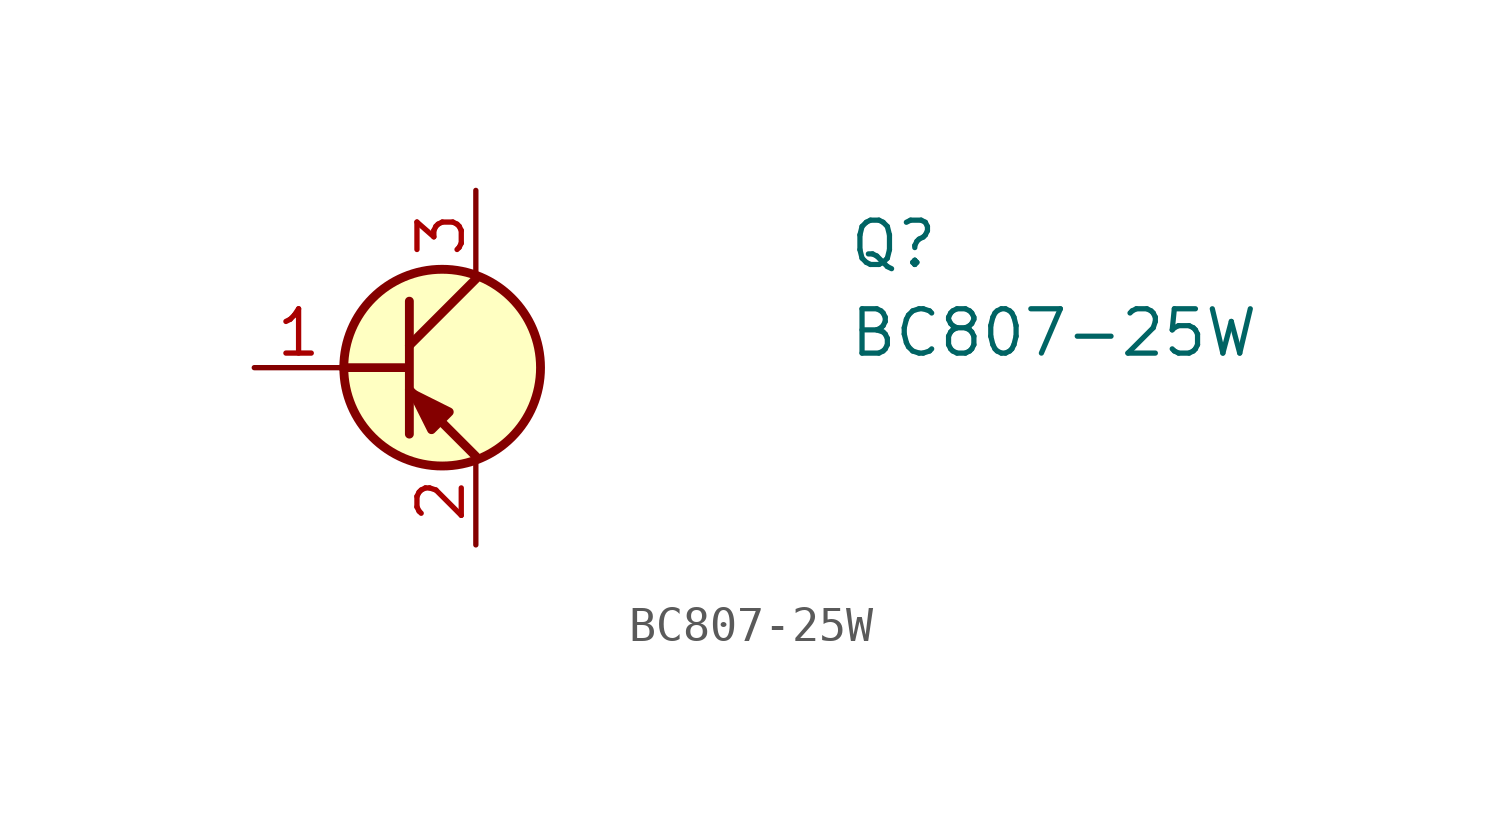
<source format=kicad_sym>
(kicad_symbol_lib
  (version 20211014)
  (generator kicad_symbol_editor)
  (symbol "BC807-25W"
    (property "Reference" "Q"
      (at 17.018 2.794 0)
      (effects (font (size 1.27 1.27) (thickness 0.15)) (justify left bottom)))
    (property "Value" "BC807-25W"
      (at 17.018 0.254 0)
      (effects (font (size 1.27 1.27) (thickness 0.15)) (justify left bottom)))
    (symbol "BC807-25W_1_1"
      (polyline (pts (xy 2.54 0) (xy 4.318 0)) (stroke (width 0.25) (type default) (color 0 0 0 0)) (fill (type none)))
      (polyline (pts (xy 4.445 0.635) (xy 6.35 2.54)) (stroke (width 0.254) (type default) (color 0 0 0 0)) (fill (type background)))
      (polyline (pts (xy 4.445 -0.635) (xy 6.35 -2.54) (xy 6.35 -2.54)) (stroke (width 0.254) (type default) (color 0 0 0 0)) (fill (type background)))
      (polyline (pts (xy 4.445 1.905) (xy 4.445 -1.905) (xy 4.445 -1.905)) (stroke (width 0.254) (type default) (color 0 0 0 0)) (fill (type background)))
      (polyline (pts (xy 5.08 -1.778) (xy 5.588 -1.27) (xy 4.572 -0.762) (xy 5.08 -1.778) (xy 5.08 -1.778)) (stroke (width 0.254) (type default) (color 0 0 0 0)) (fill (type outline)))
      (circle (center 5.385 0) (radius 2.819) (stroke (width 0.254) (type default) (color 0 0 0 0)) (fill (type background)))
      (pin input line (at 0 0 0) (length 2.54) (name "~" (effects (font (size 1.27 1.27)))) (number "1" (effects (font (size 1.27 1.27)))))
      (pin passive line (at 6.35 -5.08 90) (length 2.54) (name "~" (effects (font (size 1.27 1.27)))) (number "2" (effects (font (size 1.27 1.27)))))
      (pin passive line (at 6.35 5.08 270) (length 2.54) (name "~" (effects (font (size 1.27 1.27)))) (number "3" (effects (font (size 1.27 1.27))))))))
</source>
